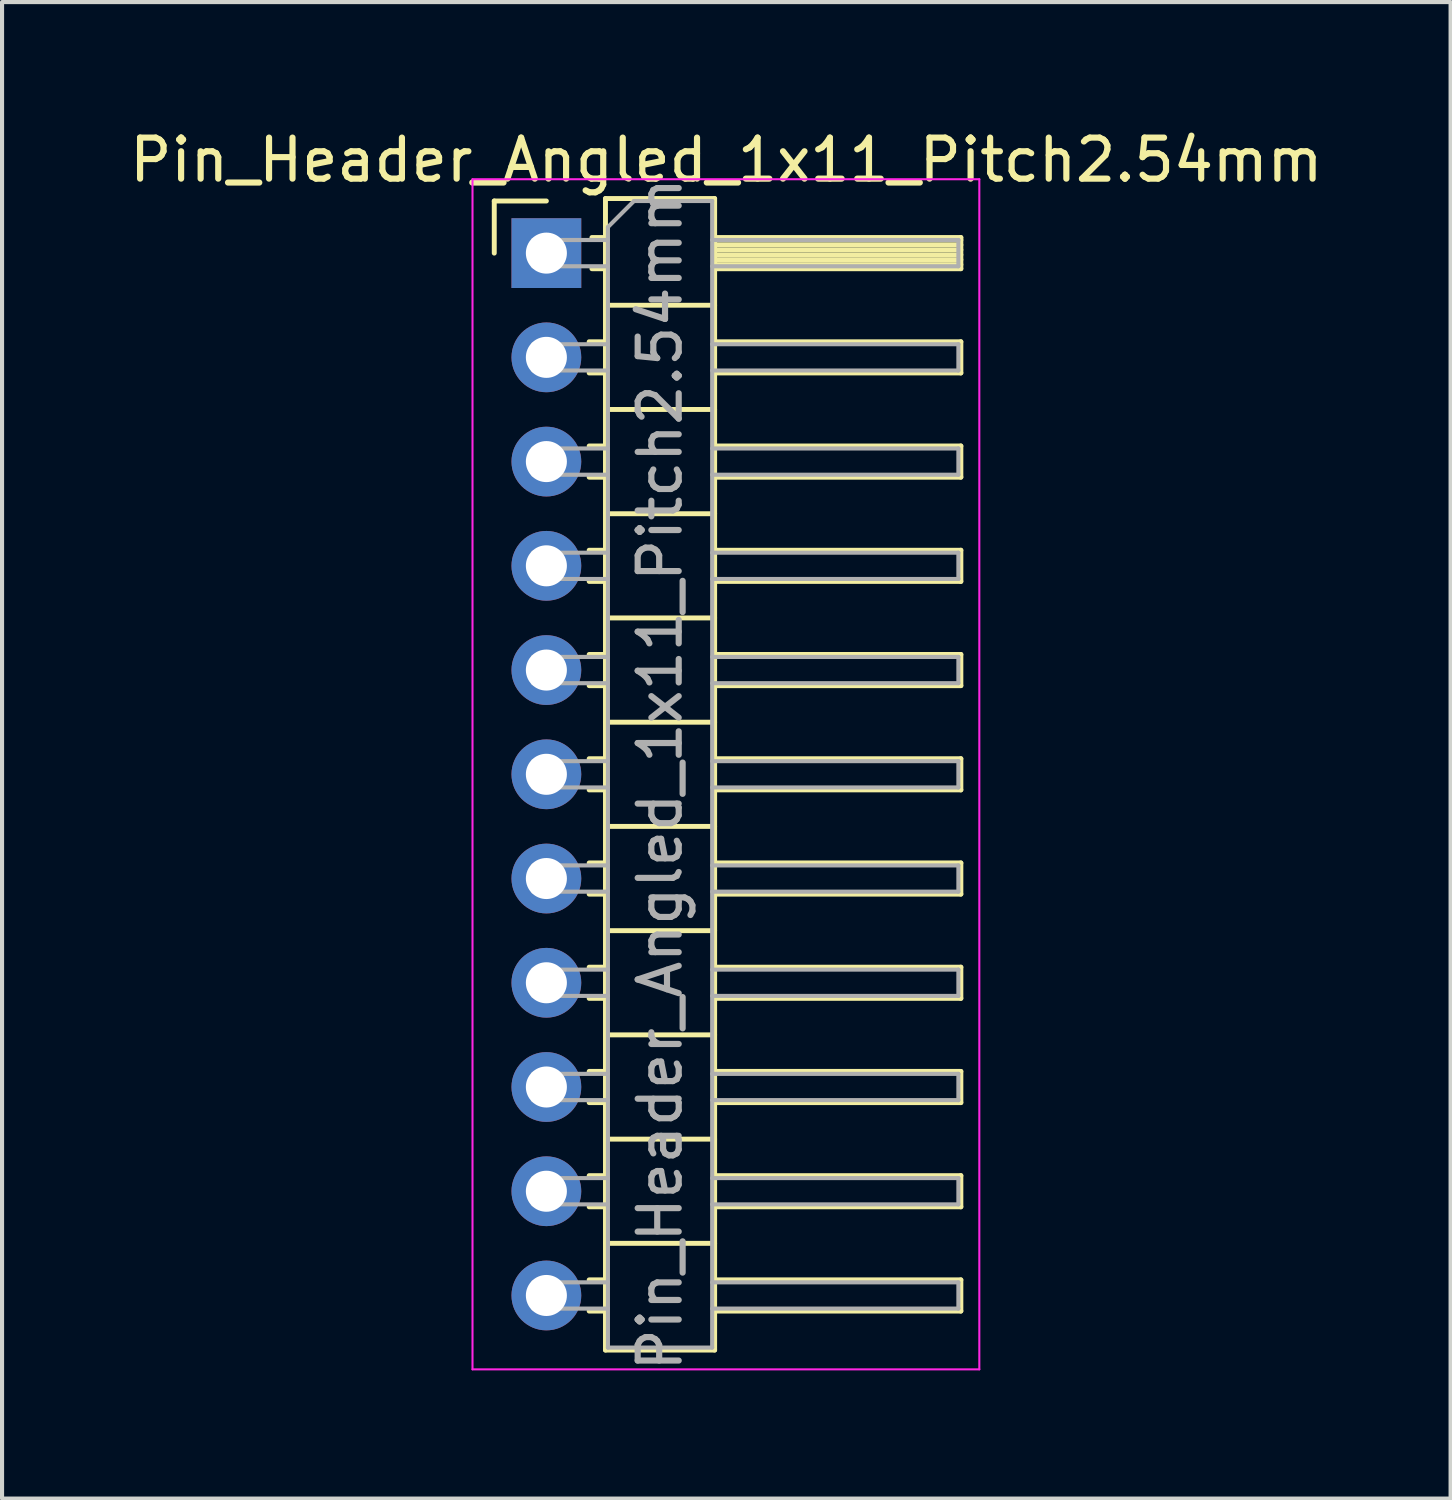
<source format=kicad_pcb>
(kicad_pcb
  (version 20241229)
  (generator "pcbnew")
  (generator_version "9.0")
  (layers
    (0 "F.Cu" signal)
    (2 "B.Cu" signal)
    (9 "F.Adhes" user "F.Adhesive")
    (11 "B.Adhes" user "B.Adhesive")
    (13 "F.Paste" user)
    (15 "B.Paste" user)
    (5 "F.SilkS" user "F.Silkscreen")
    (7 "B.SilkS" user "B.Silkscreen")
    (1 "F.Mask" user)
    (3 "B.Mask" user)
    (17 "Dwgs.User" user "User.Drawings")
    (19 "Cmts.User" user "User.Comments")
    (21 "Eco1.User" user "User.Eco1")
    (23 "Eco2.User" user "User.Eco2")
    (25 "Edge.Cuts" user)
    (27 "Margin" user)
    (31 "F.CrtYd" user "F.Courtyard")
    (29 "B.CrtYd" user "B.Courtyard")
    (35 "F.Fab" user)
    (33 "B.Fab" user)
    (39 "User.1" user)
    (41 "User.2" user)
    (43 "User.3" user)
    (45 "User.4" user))
  (footprint "Pin_Header_Angled_1x11_Pitch2.54mm"
    (layer "F.Cu")
    (at 10.264 3.118)
    (property "Reference" "Pin_Header_Angled_1x11_Pitch2.54mm" (at 4.385 -2.27 0) (layer "F.SilkS") (effects (font (size 1 1) (thickness 0.15))))
    (attr through_hole)
    (fp_line (start -1.27 -1.27) (end 0 -1.27) (stroke (width 0.12) (type solid)) (layer "F.SilkS"))
    (fp_line (start -1.27 0) (end -1.27 -1.27) (stroke (width 0.12) (type solid)) (layer "F.SilkS"))
    (fp_line (start 1.043 2.16) (end 1.44 2.16) (stroke (width 0.12) (type solid)) (layer "F.SilkS"))
    (fp_line (start 1.043 2.92) (end 1.44 2.92) (stroke (width 0.12) (type solid)) (layer "F.SilkS"))
    (fp_line (start 1.043 4.7) (end 1.44 4.7) (stroke (width 0.12) (type solid)) (layer "F.SilkS"))
    (fp_line (start 1.043 5.46) (end 1.44 5.46) (stroke (width 0.12) (type solid)) (layer "F.SilkS"))
    (fp_line (start 1.043 7.24) (end 1.44 7.24) (stroke (width 0.12) (type solid)) (layer "F.SilkS"))
    (fp_line (start 1.043 8) (end 1.44 8) (stroke (width 0.12) (type solid)) (layer "F.SilkS"))
    (fp_line (start 1.043 9.78) (end 1.44 9.78) (stroke (width 0.12) (type solid)) (layer "F.SilkS"))
    (fp_line (start 1.043 10.54) (end 1.44 10.54) (stroke (width 0.12) (type solid)) (layer "F.SilkS"))
    (fp_line (start 1.043 12.32) (end 1.44 12.32) (stroke (width 0.12) (type solid)) (layer "F.SilkS"))
    (fp_line (start 1.043 13.08) (end 1.44 13.08) (stroke (width 0.12) (type solid)) (layer "F.SilkS"))
    (fp_line (start 1.043 14.86) (end 1.44 14.86) (stroke (width 0.12) (type solid)) (layer "F.SilkS"))
    (fp_line (start 1.043 15.62) (end 1.44 15.62) (stroke (width 0.12) (type solid)) (layer "F.SilkS"))
    (fp_line (start 1.043 17.4) (end 1.44 17.4) (stroke (width 0.12) (type solid)) (layer "F.SilkS"))
    (fp_line (start 1.043 18.16) (end 1.44 18.16) (stroke (width 0.12) (type solid)) (layer "F.SilkS"))
    (fp_line (start 1.043 19.94) (end 1.44 19.94) (stroke (width 0.12) (type solid)) (layer "F.SilkS"))
    (fp_line (start 1.043 20.7) (end 1.44 20.7) (stroke (width 0.12) (type solid)) (layer "F.SilkS"))
    (fp_line (start 1.043 22.48) (end 1.44 22.48) (stroke (width 0.12) (type solid)) (layer "F.SilkS"))
    (fp_line (start 1.043 23.24) (end 1.44 23.24) (stroke (width 0.12) (type solid)) (layer "F.SilkS"))
    (fp_line (start 1.043 25.02) (end 1.44 25.02) (stroke (width 0.12) (type solid)) (layer "F.SilkS"))
    (fp_line (start 1.043 25.78) (end 1.44 25.78) (stroke (width 0.12) (type solid)) (layer "F.SilkS"))
    (fp_line (start 1.11 -0.38) (end 1.44 -0.38) (stroke (width 0.12) (type solid)) (layer "F.SilkS"))
    (fp_line (start 1.11 0.38) (end 1.44 0.38) (stroke (width 0.12) (type solid)) (layer "F.SilkS"))
    (fp_line (start 1.44 -1.33) (end 1.44 26.73) (stroke (width 0.12) (type solid)) (layer "F.SilkS"))
    (fp_line (start 1.44 1.27) (end 4.1 1.27) (stroke (width 0.12) (type solid)) (layer "F.SilkS"))
    (fp_line (start 1.44 3.81) (end 4.1 3.81) (stroke (width 0.12) (type solid)) (layer "F.SilkS"))
    (fp_line (start 1.44 6.35) (end 4.1 6.35) (stroke (width 0.12) (type solid)) (layer "F.SilkS"))
    (fp_line (start 1.44 8.89) (end 4.1 8.89) (stroke (width 0.12) (type solid)) (layer "F.SilkS"))
    (fp_line (start 1.44 11.43) (end 4.1 11.43) (stroke (width 0.12) (type solid)) (layer "F.SilkS"))
    (fp_line (start 1.44 13.97) (end 4.1 13.97) (stroke (width 0.12) (type solid)) (layer "F.SilkS"))
    (fp_line (start 1.44 16.51) (end 4.1 16.51) (stroke (width 0.12) (type solid)) (layer "F.SilkS"))
    (fp_line (start 1.44 19.05) (end 4.1 19.05) (stroke (width 0.12) (type solid)) (layer "F.SilkS"))
    (fp_line (start 1.44 21.59) (end 4.1 21.59) (stroke (width 0.12) (type solid)) (layer "F.SilkS"))
    (fp_line (start 1.44 24.13) (end 4.1 24.13) (stroke (width 0.12) (type solid)) (layer "F.SilkS"))
    (fp_line (start 1.44 26.73) (end 4.1 26.73) (stroke (width 0.12) (type solid)) (layer "F.SilkS"))
    (fp_line (start 4.1 -1.33) (end 1.44 -1.33) (stroke (width 0.12) (type solid)) (layer "F.SilkS"))
    (fp_line (start 4.1 -0.38) (end 10.1 -0.38) (stroke (width 0.12) (type solid)) (layer "F.SilkS"))
    (fp_line (start 4.1 -0.32) (end 10.1 -0.32) (stroke (width 0.12) (type solid)) (layer "F.SilkS"))
    (fp_line (start 4.1 -0.2) (end 10.1 -0.2) (stroke (width 0.12) (type solid)) (layer "F.SilkS"))
    (fp_line (start 4.1 -0.08) (end 10.1 -0.08) (stroke (width 0.12) (type solid)) (layer "F.SilkS"))
    (fp_line (start 4.1 0.04) (end 10.1 0.04) (stroke (width 0.12) (type solid)) (layer "F.SilkS"))
    (fp_line (start 4.1 0.16) (end 10.1 0.16) (stroke (width 0.12) (type solid)) (layer "F.SilkS"))
    (fp_line (start 4.1 0.28) (end 10.1 0.28) (stroke (width 0.12) (type solid)) (layer "F.SilkS"))
    (fp_line (start 4.1 2.16) (end 10.1 2.16) (stroke (width 0.12) (type solid)) (layer "F.SilkS"))
    (fp_line (start 4.1 4.7) (end 10.1 4.7) (stroke (width 0.12) (type solid)) (layer "F.SilkS"))
    (fp_line (start 4.1 7.24) (end 10.1 7.24) (stroke (width 0.12) (type solid)) (layer "F.SilkS"))
    (fp_line (start 4.1 9.78) (end 10.1 9.78) (stroke (width 0.12) (type solid)) (layer "F.SilkS"))
    (fp_line (start 4.1 12.32) (end 10.1 12.32) (stroke (width 0.12) (type solid)) (layer "F.SilkS"))
    (fp_line (start 4.1 14.86) (end 10.1 14.86) (stroke (width 0.12) (type solid)) (layer "F.SilkS"))
    (fp_line (start 4.1 17.4) (end 10.1 17.4) (stroke (width 0.12) (type solid)) (layer "F.SilkS"))
    (fp_line (start 4.1 19.94) (end 10.1 19.94) (stroke (width 0.12) (type solid)) (layer "F.SilkS"))
    (fp_line (start 4.1 22.48) (end 10.1 22.48) (stroke (width 0.12) (type solid)) (layer "F.SilkS"))
    (fp_line (start 4.1 25.02) (end 10.1 25.02) (stroke (width 0.12) (type solid)) (layer "F.SilkS"))
    (fp_line (start 4.1 26.73) (end 4.1 -1.33) (stroke (width 0.12) (type solid)) (layer "F.SilkS"))
    (fp_line (start 10.1 -0.38) (end 10.1 0.38) (stroke (width 0.12) (type solid)) (layer "F.SilkS"))
    (fp_line (start 10.1 0.38) (end 4.1 0.38) (stroke (width 0.12) (type solid)) (layer "F.SilkS"))
    (fp_line (start 10.1 2.16) (end 10.1 2.92) (stroke (width 0.12) (type solid)) (layer "F.SilkS"))
    (fp_line (start 10.1 2.92) (end 4.1 2.92) (stroke (width 0.12) (type solid)) (layer "F.SilkS"))
    (fp_line (start 10.1 4.7) (end 10.1 5.46) (stroke (width 0.12) (type solid)) (layer "F.SilkS"))
    (fp_line (start 10.1 5.46) (end 4.1 5.46) (stroke (width 0.12) (type solid)) (layer "F.SilkS"))
    (fp_line (start 10.1 7.24) (end 10.1 8) (stroke (width 0.12) (type solid)) (layer "F.SilkS"))
    (fp_line (start 10.1 8) (end 4.1 8) (stroke (width 0.12) (type solid)) (layer "F.SilkS"))
    (fp_line (start 10.1 9.78) (end 10.1 10.54) (stroke (width 0.12) (type solid)) (layer "F.SilkS"))
    (fp_line (start 10.1 10.54) (end 4.1 10.54) (stroke (width 0.12) (type solid)) (layer "F.SilkS"))
    (fp_line (start 10.1 12.32) (end 10.1 13.08) (stroke (width 0.12) (type solid)) (layer "F.SilkS"))
    (fp_line (start 10.1 13.08) (end 4.1 13.08) (stroke (width 0.12) (type solid)) (layer "F.SilkS"))
    (fp_line (start 10.1 14.86) (end 10.1 15.62) (stroke (width 0.12) (type solid)) (layer "F.SilkS"))
    (fp_line (start 10.1 15.62) (end 4.1 15.62) (stroke (width 0.12) (type solid)) (layer "F.SilkS"))
    (fp_line (start 10.1 17.4) (end 10.1 18.16) (stroke (width 0.12) (type solid)) (layer "F.SilkS"))
    (fp_line (start 10.1 18.16) (end 4.1 18.16) (stroke (width 0.12) (type solid)) (layer "F.SilkS"))
    (fp_line (start 10.1 19.94) (end 10.1 20.7) (stroke (width 0.12) (type solid)) (layer "F.SilkS"))
    (fp_line (start 10.1 20.7) (end 4.1 20.7) (stroke (width 0.12) (type solid)) (layer "F.SilkS"))
    (fp_line (start 10.1 22.48) (end 10.1 23.24) (stroke (width 0.12) (type solid)) (layer "F.SilkS"))
    (fp_line (start 10.1 23.24) (end 4.1 23.24) (stroke (width 0.12) (type solid)) (layer "F.SilkS"))
    (fp_line (start 10.1 25.02) (end 10.1 25.78) (stroke (width 0.12) (type solid)) (layer "F.SilkS"))
    (fp_line (start 10.1 25.78) (end 4.1 25.78) (stroke (width 0.12) (type solid)) (layer "F.SilkS"))
    (fp_line (start -1.8 -1.8) (end -1.8 27.2) (stroke (width 0.05) (type solid)) (layer "F.CrtYd"))
    (fp_line (start -1.8 27.2) (end 10.55 27.2) (stroke (width 0.05) (type solid)) (layer "F.CrtYd"))
    (fp_line (start 10.55 -1.8) (end -1.8 -1.8) (stroke (width 0.05) (type solid)) (layer "F.CrtYd"))
    (fp_line (start 10.55 27.2) (end 10.55 -1.8) (stroke (width 0.05) (type solid)) (layer "F.CrtYd"))
    (fp_line (start -0.32 -0.32) (end -0.32 0.32) (stroke (width 0.1) (type solid)) (layer "F.Fab"))
    (fp_line (start -0.32 -0.32) (end 1.5 -0.32) (stroke (width 0.1) (type solid)) (layer "F.Fab"))
    (fp_line (start -0.32 0.32) (end 1.5 0.32) (stroke (width 0.1) (type solid)) (layer "F.Fab"))
    (fp_line (start -0.32 2.22) (end -0.32 2.86) (stroke (width 0.1) (type solid)) (layer "F.Fab"))
    (fp_line (start -0.32 2.22) (end 1.5 2.22) (stroke (width 0.1) (type solid)) (layer "F.Fab"))
    (fp_line (start -0.32 2.86) (end 1.5 2.86) (stroke (width 0.1) (type solid)) (layer "F.Fab"))
    (fp_line (start -0.32 4.76) (end -0.32 5.4) (stroke (width 0.1) (type solid)) (layer "F.Fab"))
    (fp_line (start -0.32 4.76) (end 1.5 4.76) (stroke (width 0.1) (type solid)) (layer "F.Fab"))
    (fp_line (start -0.32 5.4) (end 1.5 5.4) (stroke (width 0.1) (type solid)) (layer "F.Fab"))
    (fp_line (start -0.32 7.3) (end -0.32 7.94) (stroke (width 0.1) (type solid)) (layer "F.Fab"))
    (fp_line (start -0.32 7.3) (end 1.5 7.3) (stroke (width 0.1) (type solid)) (layer "F.Fab"))
    (fp_line (start -0.32 7.94) (end 1.5 7.94) (stroke (width 0.1) (type solid)) (layer "F.Fab"))
    (fp_line (start -0.32 9.84) (end -0.32 10.48) (stroke (width 0.1) (type solid)) (layer "F.Fab"))
    (fp_line (start -0.32 9.84) (end 1.5 9.84) (stroke (width 0.1) (type solid)) (layer "F.Fab"))
    (fp_line (start -0.32 10.48) (end 1.5 10.48) (stroke (width 0.1) (type solid)) (layer "F.Fab"))
    (fp_line (start -0.32 12.38) (end -0.32 13.02) (stroke (width 0.1) (type solid)) (layer "F.Fab"))
    (fp_line (start -0.32 12.38) (end 1.5 12.38) (stroke (width 0.1) (type solid)) (layer "F.Fab"))
    (fp_line (start -0.32 13.02) (end 1.5 13.02) (stroke (width 0.1) (type solid)) (layer "F.Fab"))
    (fp_line (start -0.32 14.92) (end -0.32 15.56) (stroke (width 0.1) (type solid)) (layer "F.Fab"))
    (fp_line (start -0.32 14.92) (end 1.5 14.92) (stroke (width 0.1) (type solid)) (layer "F.Fab"))
    (fp_line (start -0.32 15.56) (end 1.5 15.56) (stroke (width 0.1) (type solid)) (layer "F.Fab"))
    (fp_line (start -0.32 17.46) (end -0.32 18.1) (stroke (width 0.1) (type solid)) (layer "F.Fab"))
    (fp_line (start -0.32 17.46) (end 1.5 17.46) (stroke (width 0.1) (type solid)) (layer "F.Fab"))
    (fp_line (start -0.32 18.1) (end 1.5 18.1) (stroke (width 0.1) (type solid)) (layer "F.Fab"))
    (fp_line (start -0.32 20) (end -0.32 20.64) (stroke (width 0.1) (type solid)) (layer "F.Fab"))
    (fp_line (start -0.32 20) (end 1.5 20) (stroke (width 0.1) (type solid)) (layer "F.Fab"))
    (fp_line (start -0.32 20.64) (end 1.5 20.64) (stroke (width 0.1) (type solid)) (layer "F.Fab"))
    (fp_line (start -0.32 22.54) (end -0.32 23.18) (stroke (width 0.1) (type solid)) (layer "F.Fab"))
    (fp_line (start -0.32 22.54) (end 1.5 22.54) (stroke (width 0.1) (type solid)) (layer "F.Fab"))
    (fp_line (start -0.32 23.18) (end 1.5 23.18) (stroke (width 0.1) (type solid)) (layer "F.Fab"))
    (fp_line (start -0.32 25.08) (end -0.32 25.72) (stroke (width 0.1) (type solid)) (layer "F.Fab"))
    (fp_line (start -0.32 25.08) (end 1.5 25.08) (stroke (width 0.1) (type solid)) (layer "F.Fab"))
    (fp_line (start -0.32 25.72) (end 1.5 25.72) (stroke (width 0.1) (type solid)) (layer "F.Fab"))
    (fp_line (start 1.5 -0.635) (end 2.135 -1.27) (stroke (width 0.1) (type solid)) (layer "F.Fab"))
    (fp_line (start 1.5 26.67) (end 1.5 -0.635) (stroke (width 0.1) (type solid)) (layer "F.Fab"))
    (fp_line (start 2.135 -1.27) (end 4.04 -1.27) (stroke (width 0.1) (type solid)) (layer "F.Fab"))
    (fp_line (start 4.04 -1.27) (end 4.04 26.67) (stroke (width 0.1) (type solid)) (layer "F.Fab"))
    (fp_line (start 4.04 -0.32) (end 10.04 -0.32) (stroke (width 0.1) (type solid)) (layer "F.Fab"))
    (fp_line (start 4.04 0.32) (end 10.04 0.32) (stroke (width 0.1) (type solid)) (layer "F.Fab"))
    (fp_line (start 4.04 2.22) (end 10.04 2.22) (stroke (width 0.1) (type solid)) (layer "F.Fab"))
    (fp_line (start 4.04 2.86) (end 10.04 2.86) (stroke (width 0.1) (type solid)) (layer "F.Fab"))
    (fp_line (start 4.04 4.76) (end 10.04 4.76) (stroke (width 0.1) (type solid)) (layer "F.Fab"))
    (fp_line (start 4.04 5.4) (end 10.04 5.4) (stroke (width 0.1) (type solid)) (layer "F.Fab"))
    (fp_line (start 4.04 7.3) (end 10.04 7.3) (stroke (width 0.1) (type solid)) (layer "F.Fab"))
    (fp_line (start 4.04 7.94) (end 10.04 7.94) (stroke (width 0.1) (type solid)) (layer "F.Fab"))
    (fp_line (start 4.04 9.84) (end 10.04 9.84) (stroke (width 0.1) (type solid)) (layer "F.Fab"))
    (fp_line (start 4.04 10.48) (end 10.04 10.48) (stroke (width 0.1) (type solid)) (layer "F.Fab"))
    (fp_line (start 4.04 12.38) (end 10.04 12.38) (stroke (width 0.1) (type solid)) (layer "F.Fab"))
    (fp_line (start 4.04 13.02) (end 10.04 13.02) (stroke (width 0.1) (type solid)) (layer "F.Fab"))
    (fp_line (start 4.04 14.92) (end 10.04 14.92) (stroke (width 0.1) (type solid)) (layer "F.Fab"))
    (fp_line (start 4.04 15.56) (end 10.04 15.56) (stroke (width 0.1) (type solid)) (layer "F.Fab"))
    (fp_line (start 4.04 17.46) (end 10.04 17.46) (stroke (width 0.1) (type solid)) (layer "F.Fab"))
    (fp_line (start 4.04 18.1) (end 10.04 18.1) (stroke (width 0.1) (type solid)) (layer "F.Fab"))
    (fp_line (start 4.04 20) (end 10.04 20) (stroke (width 0.1) (type solid)) (layer "F.Fab"))
    (fp_line (start 4.04 20.64) (end 10.04 20.64) (stroke (width 0.1) (type solid)) (layer "F.Fab"))
    (fp_line (start 4.04 22.54) (end 10.04 22.54) (stroke (width 0.1) (type solid)) (layer "F.Fab"))
    (fp_line (start 4.04 23.18) (end 10.04 23.18) (stroke (width 0.1) (type solid)) (layer "F.Fab"))
    (fp_line (start 4.04 25.08) (end 10.04 25.08) (stroke (width 0.1) (type solid)) (layer "F.Fab"))
    (fp_line (start 4.04 25.72) (end 10.04 25.72) (stroke (width 0.1) (type solid)) (layer "F.Fab"))
    (fp_line (start 4.04 26.67) (end 1.5 26.67) (stroke (width 0.1) (type solid)) (layer "F.Fab"))
    (fp_line (start 10.04 -0.32) (end 10.04 0.32) (stroke (width 0.1) (type solid)) (layer "F.Fab"))
    (fp_line (start 10.04 2.22) (end 10.04 2.86) (stroke (width 0.1) (type solid)) (layer "F.Fab"))
    (fp_line (start 10.04 4.76) (end 10.04 5.4) (stroke (width 0.1) (type solid)) (layer "F.Fab"))
    (fp_line (start 10.04 7.3) (end 10.04 7.94) (stroke (width 0.1) (type solid)) (layer "F.Fab"))
    (fp_line (start 10.04 9.84) (end 10.04 10.48) (stroke (width 0.1) (type solid)) (layer "F.Fab"))
    (fp_line (start 10.04 12.38) (end 10.04 13.02) (stroke (width 0.1) (type solid)) (layer "F.Fab"))
    (fp_line (start 10.04 14.92) (end 10.04 15.56) (stroke (width 0.1) (type solid)) (layer "F.Fab"))
    (fp_line (start 10.04 17.46) (end 10.04 18.1) (stroke (width 0.1) (type solid)) (layer "F.Fab"))
    (fp_line (start 10.04 20) (end 10.04 20.64) (stroke (width 0.1) (type solid)) (layer "F.Fab"))
    (fp_line (start 10.04 22.54) (end 10.04 23.18) (stroke (width 0.1) (type solid)) (layer "F.Fab"))
    (fp_line (start 10.04 25.08) (end 10.04 25.72) (stroke (width 0.1) (type solid)) (layer "F.Fab"))
    (fp_text user "${REFERENCE}" (at 2.77 12.7 90) (layer "F.Fab") (effects (font (size 1 1) (thickness 0.15))))
    (pad "1" thru_hole rect (at 0 0) (size 1.7 1.7) (drill 1) (layers "*.Cu" "*.Mask"))
    (pad "2" thru_hole oval (at 0 2.54) (size 1.7 1.7) (drill 1) (layers "*.Cu" "*.Mask"))
    (pad "3" thru_hole oval (at 0 5.08) (size 1.7 1.7) (drill 1) (layers "*.Cu" "*.Mask"))
    (pad "4" thru_hole oval (at 0 7.62) (size 1.7 1.7) (drill 1) (layers "*.Cu" "*.Mask"))
    (pad "5" thru_hole oval (at 0 10.16) (size 1.7 1.7) (drill 1) (layers "*.Cu" "*.Mask"))
    (pad "6" thru_hole oval (at 0 12.7) (size 1.7 1.7) (drill 1) (layers "*.Cu" "*.Mask"))
    (pad "7" thru_hole oval (at 0 15.24) (size 1.7 1.7) (drill 1) (layers "*.Cu" "*.Mask"))
    (pad "8" thru_hole oval (at 0 17.78) (size 1.7 1.7) (drill 1) (layers "*.Cu" "*.Mask"))
    (pad "9" thru_hole oval (at 0 20.32) (size 1.7 1.7) (drill 1) (layers "*.Cu" "*.Mask"))
    (pad "10" thru_hole oval (at 0 22.86) (size 1.7 1.7) (drill 1) (layers "*.Cu" "*.Mask"))
    (pad "11" thru_hole oval (at 0 25.4) (size 1.7 1.7) (drill 1) (layers "*.Cu" "*.Mask")))
  (gr_rect
    (start -3 -3)
    (end 32.298 33.467)
    (stroke (width 0.1) (type default))
    (fill no)
    (layer "Edge.Cuts")))
</source>
